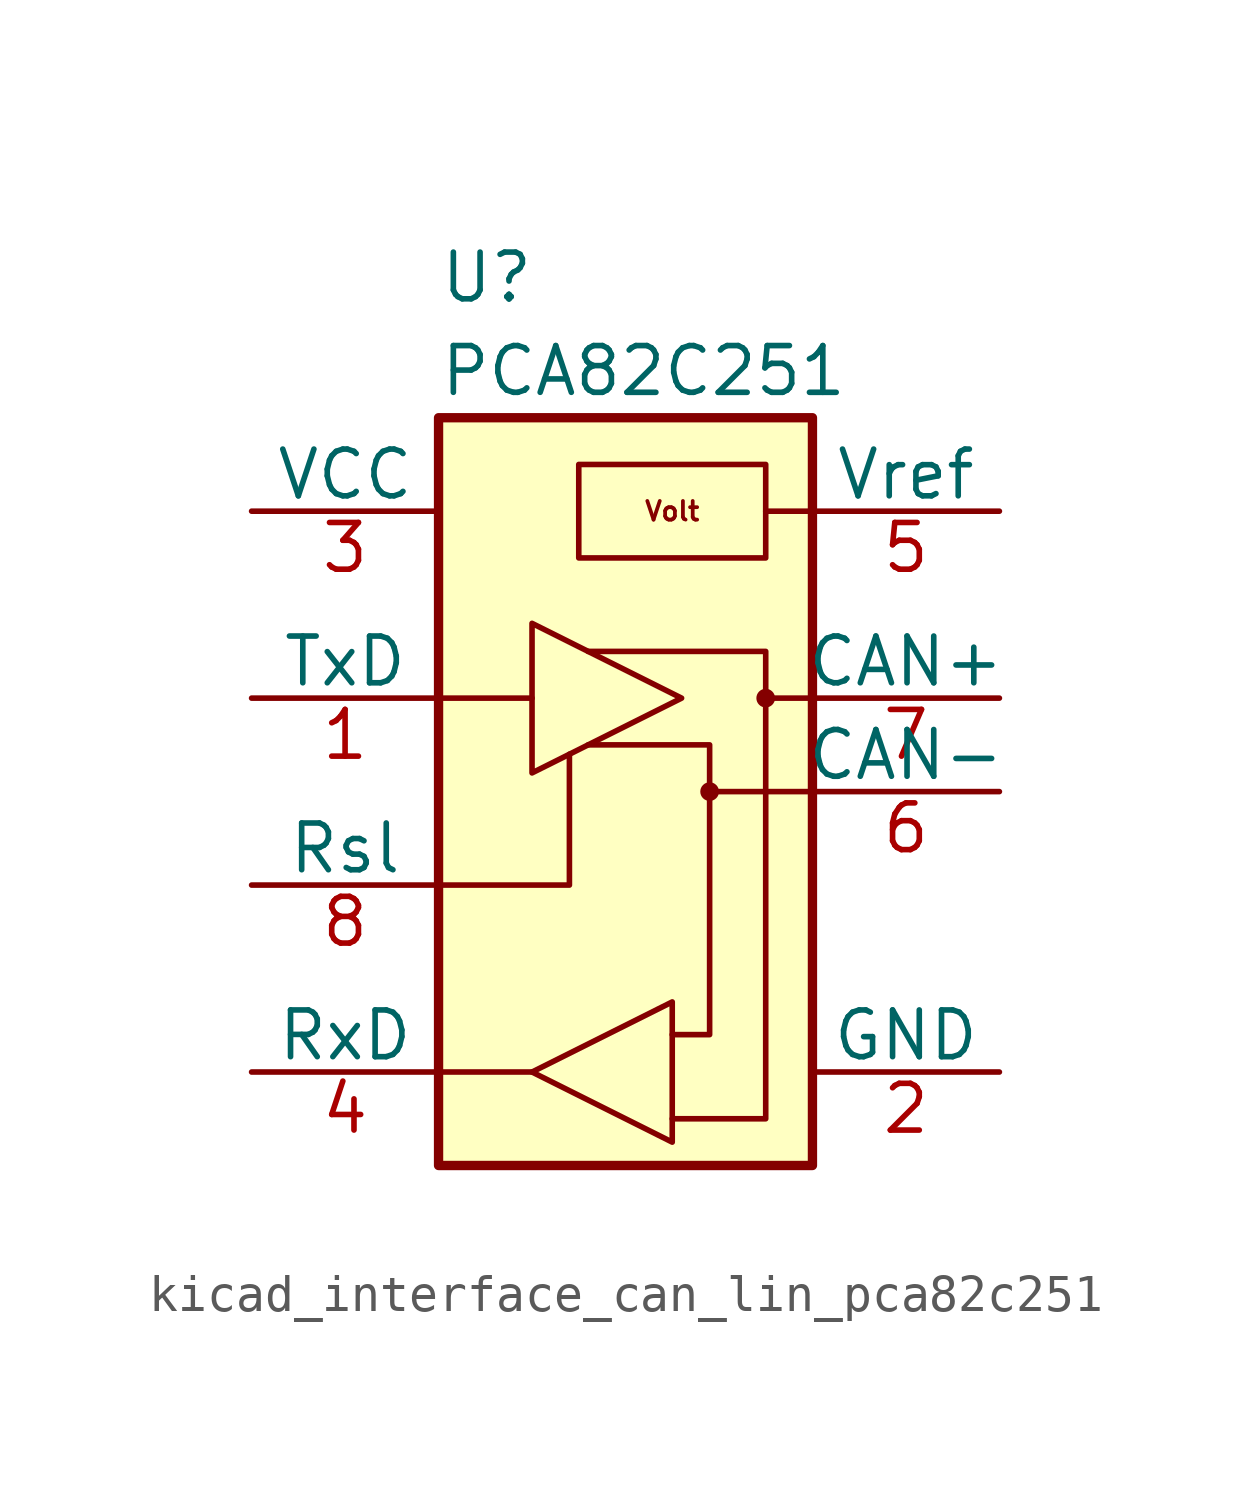
<source format=kicad_sym>
(kicad_symbol_lib
  (version 20220914)
  (generator kicad_symbol_editor)
  (symbol "kicad_interface_can_lin_pca82c251"
    (pin_names
      (offset 0))
    (property "Reference" "U"
      (at -5.08 13.97 0)
      (effects (font (size 1.27 1.27)) (justify left)))
    (property "Value" "PCA82C251"
      (at -5.08 11.43 0)
      (effects (font (size 1.27 1.27)) (justify left)))
    (symbol "kicad_interface_can_lin_pca82c251_0_1"
      (rectangle (start -5.08 10.16) (end 5.08 -10.16) (stroke (width 0.254) (type default)) (fill (type background)))
      (polyline (pts (xy -2.54 -7.62) (xy -5.08 -7.62)) (stroke (width 0) (type default)) (fill (type none)))
      (polyline (pts (xy -2.54 2.54) (xy -5.08 2.54)) (stroke (width 0) (type default)) (fill (type none)))
      (polyline (pts (xy 2.286 0) (xy 5.08 0)) (stroke (width 0) (type default)) (fill (type none)))
      (polyline (pts (xy 3.81 2.54) (xy 5.08 2.54)) (stroke (width 0) (type default)) (fill (type none)))
      (polyline (pts (xy 3.81 7.62) (xy 5.08 7.62)) (stroke (width 0) (type default)) (fill (type none)))
      (polyline (pts (xy -5.08 -2.54) (xy -1.524 -2.54) (xy -1.524 1.016)) (stroke (width 0) (type default)) (fill (type none)))
      (polyline (pts (xy -2.54 -7.62) (xy 1.27 -5.715) (xy 1.27 -9.525) (xy -2.54 -7.62)) (stroke (width 0) (type default)) (fill (type none)))
      (polyline (pts (xy -2.54 4.572) (xy -2.54 0.508) (xy 1.524 2.54) (xy -2.54 4.572)) (stroke (width 0) (type default)) (fill (type none)))
      (polyline (pts (xy -1.016 1.27) (xy 2.286 1.27) (xy 2.286 -6.604) (xy 1.27 -6.604)) (stroke (width 0) (type default)) (fill (type none)))
      (polyline (pts (xy -1.016 3.81) (xy 3.81 3.81) (xy 3.81 -8.89) (xy 1.27 -8.89)) (stroke (width 0) (type default)) (fill (type none)))
      (polyline (pts (xy -1.27 8.89) (xy -1.27 6.35) (xy 3.81 6.35) (xy 3.81 8.89) (xy -1.27 8.89)) (stroke (width 0) (type default)) (fill (type none)))
      (circle (center 2.286 0) (radius 0.127) (stroke (width 0.254) (type default)) (fill (type none)))
      (circle (center 3.81 2.54) (radius 0.127) (stroke (width 0.254) (type default)) (fill (type none)))
      (text "Volt" (at 1.27 7.62 0) (effects (font (size 0.508 0.508) bold))))
    (symbol "kicad_interface_can_lin_pca82c251_1_1"
      (pin input line (at -10.16 2.54 0) (length 5.08) (name "TxD" (effects (font (size 1.27 1.27)))) (number "1" (effects (font (size 1.27 1.27)))))
      (pin power_in line (at 10.16 -7.62 180) (length 5.08) (name "GND" (effects (font (size 1.27 1.27)))) (number "2" (effects (font (size 1.27 1.27)))))
      (pin power_in line (at -10.16 7.62 0) (length 5.08) (name "VCC" (effects (font (size 1.27 1.27)))) (number "3" (effects (font (size 1.27 1.27)))))
      (pin output line (at -10.16 -7.62 0) (length 5.08) (name "RxD" (effects (font (size 1.27 1.27)))) (number "4" (effects (font (size 1.27 1.27)))))
      (pin output line (at 10.16 7.62 180) (length 5.08) (name "Vref" (effects (font (size 1.27 1.27)))) (number "5" (effects (font (size 1.27 1.27)))))
      (pin bidirectional line (at 10.16 0 180) (length 5.08) (name "CAN-" (effects (font (size 1.27 1.27)))) (number "6" (effects (font (size 1.27 1.27)))))
      (pin bidirectional line (at 10.16 2.54 180) (length 5.08) (name "CAN+" (effects (font (size 1.27 1.27)))) (number "7" (effects (font (size 1.27 1.27)))))
      (pin input line (at -10.16 -2.54 0) (length 5.08) (name "Rsl" (effects (font (size 1.27 1.27)))) (number "8" (effects (font (size 1.27 1.27))))))))
</source>
